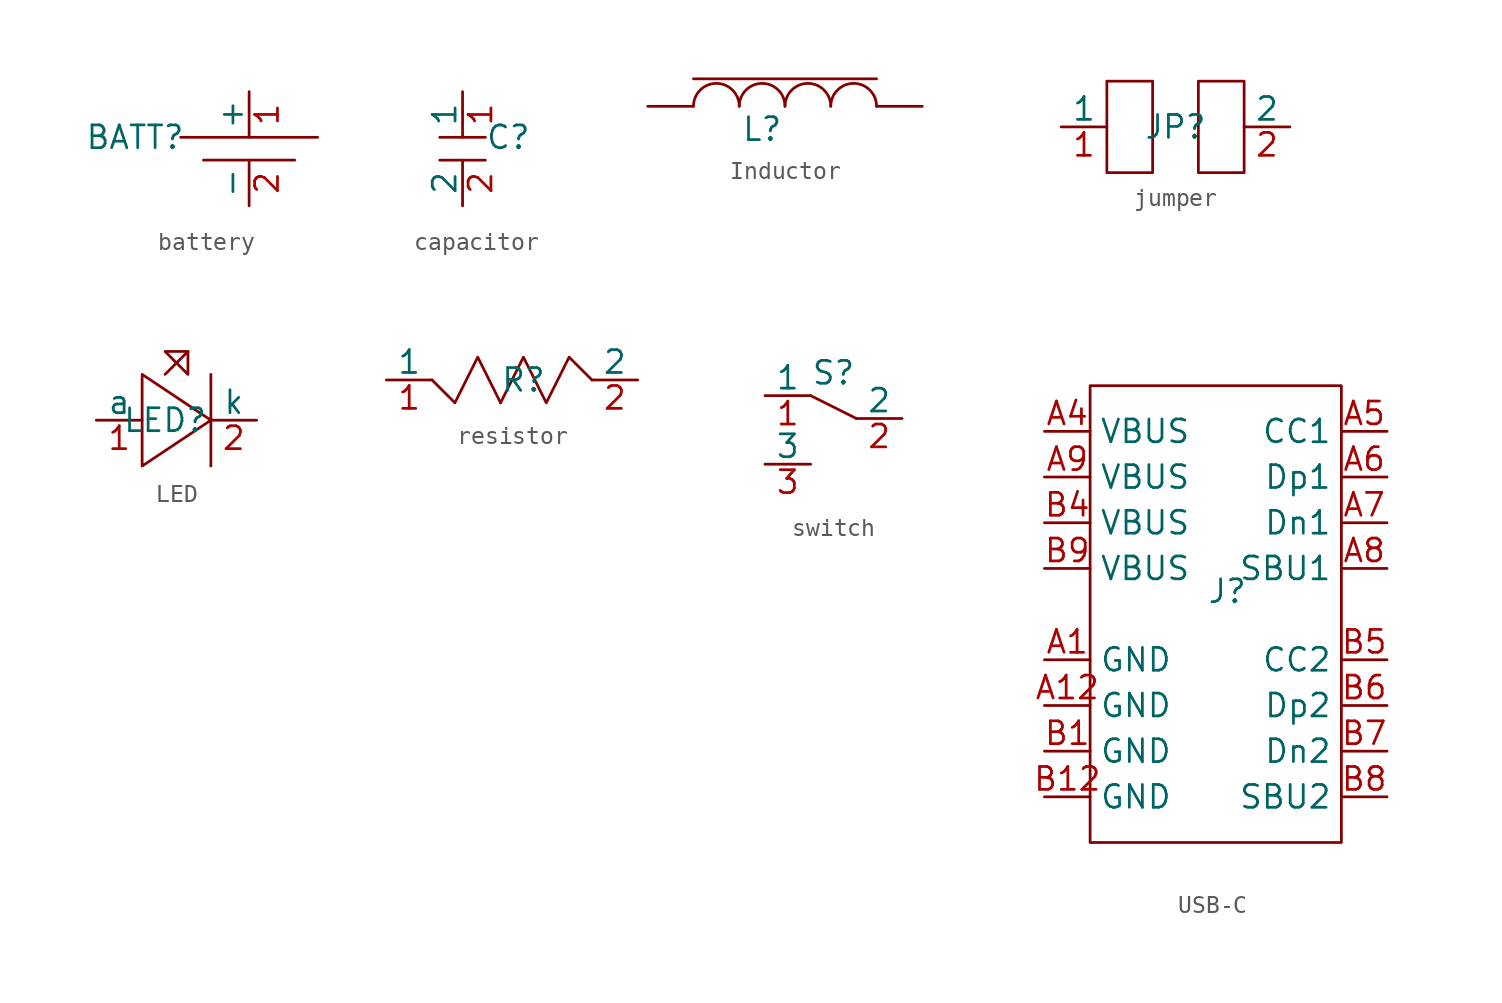
<source format=kicad_sym>
(kicad_symbol_lib
  (version 20240819)
  (generator "kicad_symbol_editor")
  (generator_version "8.99")
  (symbol "battery"
    (pin_names
      (offset 0))
    (property "Reference" "BATT"
      (at -6.35 1.27 0)
      (effects (font (size 1.27 1.27))))
    (symbol "battery_0_1"
      (polyline (pts (xy -3.81 1.27) (xy 3.81 1.27)) (stroke (width 0) (type default)) (fill (type none)))
      (polyline (pts (xy -2.54 0) (xy 2.54 0)) (stroke (width 0) (type default)) (fill (type none))))
    (symbol "battery_1_1"
      (pin power_out line (at 0 3.81 270) (length 2.54) (name "+" (effects (font (size 1.27 1.27)))) (number "1" (effects (font (size 1.27 1.27)))))
      (pin power_in line (at 0 -2.54 90) (length 2.54) (name "-" (effects (font (size 1.27 1.27)))) (number "2" (effects (font (size 1.27 1.27)))))))
  (symbol "capacitor"
    (pin_names
      (offset 0))
    (property "Reference" "C"
      (at 2.54 1.27 0)
      (effects (font (size 1.27 1.27))))
    (property "Value" ""
      (at 0 0 0)
      (effects (font (size 1.27 1.27))))
    (symbol "capacitor_0_1"
      (polyline (pts (xy -1.27 1.27) (xy 1.27 1.27)) (stroke (width 0) (type default)) (fill (type none)))
      (polyline (pts (xy -1.27 0) (xy 1.27 0)) (stroke (width 0) (type default)) (fill (type none))))
    (symbol "capacitor_1_1"
      (pin power_in line (at 0 3.81 270) (length 2.54) (name "1" (effects (font (size 1.27 1.27)))) (number "1" (effects (font (size 1.27 1.27)))))
      (pin power_out line (at 0 -2.54 90) (length 2.54) (name "2" (effects (font (size 1.27 1.27)))) (number "2" (effects (font (size 1.27 1.27)))))))
  (symbol "Inductor"
    (pin_numbers
      (hide yes))
    (pin_names
      (hide yes))
    (property "Reference" "L"
      (at -1.27 -1.27 0)
      (effects (font (size 1.27 1.27))))
    (property "Value" ""
      (at 0 0 0)
      (effects (font (size 1.27 1.27))))
    (symbol "Inductor_0_1"
      (polyline (pts (xy -5.08 1.524) (xy 5.08 1.524)) (stroke (width 0) (type default)) (fill (type none)))
      (arc (start -5.08 0) (mid -3.81 1.27) (end -2.54 0) (stroke (width 0) (type default)) (fill (type none)))
      (arc (start -2.54 0) (mid -1.27 1.27) (end 0 0) (stroke (width 0) (type default)) (fill (type none)))
      (arc (start 0 0) (mid 1.27 1.27) (end 2.54 0) (stroke (width 0) (type default)) (fill (type none)))
      (arc (start 2.54 0) (mid 3.81 1.27) (end 5.08 0) (stroke (width 0) (type default)) (fill (type none))))
    (symbol "Inductor_1_1"
      (pin passive line (at -7.62 0 0) (length 2.54) (name "1" (effects (font (size 1.27 1.27)))) (number "1" (effects (font (size 1.27 1.27)))))
      (pin passive line (at 7.62 0 180) (length 2.54) (name "2" (effects (font (size 1.27 1.27)))) (number "2" (effects (font (size 1.27 1.27)))))))
  (symbol "jumper"
    (pin_names
      (offset 0))
    (property "Reference" "JP"
      (at 0 0 0)
      (effects (font (size 1.27 1.27))))
    (property "Value" ""
      (at 0 0 0)
      (effects (font (size 1.27 1.27))))
    (symbol "jumper_0_1"
      (rectangle (start -3.81 2.54) (end -1.27 -2.54) (stroke (width 0) (type default)) (fill (type none)))
      (rectangle (start 1.27 2.54) (end 3.81 -2.54) (stroke (width 0) (type default)) (fill (type none))))
    (symbol "jumper_1_1"
      (pin input line (at -6.35 0 0) (length 2.54) (name "1" (effects (font (size 1.27 1.27)))) (number "1" (effects (font (size 1.27 1.27)))))
      (pin output line (at 6.35 0 180) (length 2.54) (name "2" (effects (font (size 1.27 1.27)))) (number "2" (effects (font (size 1.27 1.27)))))))
  (symbol "LED"
    (pin_names
      (offset 0))
    (property "Reference" "LED"
      (at 0 0 0)
      (effects (font (size 1.27 1.27))))
    (property "Value" ""
      (at 0 0 0)
      (effects (font (size 1.27 1.27))))
    (symbol "LED_0_1"
      (polyline (pts (xy -1.27 2.54) (xy 2.54 0) (xy -1.27 -2.54) (xy -1.27 2.54)) (stroke (width 0) (type default)) (fill (type none)))
      (polyline (pts (xy 0 2.54) (xy 1.27 3.81)) (stroke (width 0) (type default)) (fill (type none)))
      (polyline (pts (xy 1.27 3.81) (xy 1.27 2.54) (xy 0 3.81) (xy 1.27 3.81) (xy 1.27 2.54)) (stroke (width 0) (type default)) (fill (type none)))
      (polyline (pts (xy 2.54 2.54) (xy 2.54 -2.54)) (stroke (width 0) (type default)) (fill (type none))))
    (symbol "LED_1_1"
      (pin input line (at -3.81 0 0) (length 2.54) (name "a" (effects (font (size 1.27 1.27)))) (number "1" (effects (font (size 1.27 1.27)))))
      (pin output line (at 5.08 0 180) (length 2.54) (name "k" (effects (font (size 1.27 1.27)))) (number "2" (effects (font (size 1.27 1.27)))))))
  (symbol "resistor"
    (pin_names
      (offset 0))
    (property "Reference" "R"
      (at 0 0 0)
      (effects (font (size 1.27 1.27))))
    (property "Value" ""
      (at 0 0 0)
      (effects (font (size 1.27 1.27))))
    (symbol "resistor_0_1"
      (polyline (pts (xy -1.27 -1.27) (xy -2.54 1.27) (xy -3.81 -1.27) (xy -5.08 0)) (stroke (width 0) (type default)) (fill (type none)))
      (polyline (pts (xy -1.27 -1.27) (xy 0 1.27) (xy 1.27 -1.27) (xy 2.54 1.27) (xy 3.81 0)) (stroke (width 0) (type default)) (fill (type none))))
    (symbol "resistor_1_1"
      (pin input line (at -7.62 0 0) (length 2.54) (name "1" (effects (font (size 1.27 1.27)))) (number "1" (effects (font (size 1.27 1.27)))))
      (pin output line (at 6.35 0 180) (length 2.54) (name "2" (effects (font (size 1.27 1.27)))) (number "2" (effects (font (size 1.27 1.27)))))))
  (symbol "switch"
    (pin_names
      (offset 0))
    (property "Reference" "S"
      (at -1.27 2.54 0)
      (effects (font (size 1.27 1.27))))
    (property "Value" ""
      (at 0 0 0)
      (effects (font (size 1.27 1.27))))
    (symbol "switch_0_1"
      (polyline (pts (xy 0 0) (xy -2.54 1.27)) (stroke (width 0) (type default)) (fill (type none))))
    (symbol "switch_1_1"
      (pin input line (at -5.08 1.27 0) (length 2.54) (name "1" (effects (font (size 1.27 1.27)))) (number "1" (effects (font (size 1.27 1.27)))))
      (pin input line (at -5.08 -2.54 0) (length 2.54) (name "3" (effects (font (size 1.27 1.27)))) (number "3" (effects (font (size 1.27 1.27)))))
      (pin output line (at 2.54 0 180) (length 2.54) (name "2" (effects (font (size 1.27 1.27)))) (number "2" (effects (font (size 1.27 1.27)))))))
  (symbol "USB-C"
    (property "Reference" "J"
      (at 0 0 0)
      (effects (font (size 1.27 1.27))))
    (property "Value" ""
      (at 0 0 0)
      (effects (font (size 1.27 1.27))))
    (symbol "USB-C_0_1"
      (rectangle (start -7.62 11.43) (end 6.35 -13.97) (stroke (width 0) (type default)) (fill (type none))))
    (symbol "USB-C_1_0"
      (pin power_in line (at -10.16 8.89 0) (length 2.54) (name "VBUS" (effects (font (size 1.27 1.27)))) (number "A4" (effects (font (size 1.27 1.27)))))
      (pin power_in line (at -10.16 6.35 0) (length 2.54) (name "VBUS" (effects (font (size 1.27 1.27)))) (number "A9" (effects (font (size 1.27 1.27)))))
      (pin power_in line (at -10.16 3.81 0) (length 2.54) (name "VBUS" (effects (font (size 1.27 1.27)))) (number "B4" (effects (font (size 1.27 1.27)))))
      (pin power_in line (at -10.16 1.27 0) (length 2.54) (name "VBUS" (effects (font (size 1.27 1.27)))) (number "B9" (effects (font (size 1.27 1.27)))))
      (pin passive line (at 8.89 8.89 180) (length 2.54) (name "CC1" (effects (font (size 1.27 1.27)))) (number "A5" (effects (font (size 1.27 1.27)))))
      (pin passive line (at 8.89 6.35 180) (length 2.54) (name "Dp1" (effects (font (size 1.27 1.27)))) (number "A6" (effects (font (size 1.27 1.27)))))
      (pin passive line (at 8.89 3.81 180) (length 2.54) (name "Dn1" (effects (font (size 1.27 1.27)))) (number "A7" (effects (font (size 1.27 1.27)))))
      (pin passive line (at 8.89 1.27 180) (length 2.54) (name "SBU1" (effects (font (size 1.27 1.27)))) (number "A8" (effects (font (size 1.27 1.27)))))
      (pin passive line (at 8.89 -3.81 180) (length 2.54) (name "CC2" (effects (font (size 1.27 1.27)))) (number "B5" (effects (font (size 1.27 1.27)))))
      (pin passive line (at 8.89 -6.35 180) (length 2.54) (name "Dp2" (effects (font (size 1.27 1.27)))) (number "B6" (effects (font (size 1.27 1.27)))))
      (pin passive line (at 8.89 -8.89 180) (length 2.54) (name "Dn2" (effects (font (size 1.27 1.27)))) (number "B7" (effects (font (size 1.27 1.27)))))
      (pin passive line (at 8.89 -11.43 180) (length 2.54) (name "SBU2" (effects (font (size 1.27 1.27)))) (number "B8" (effects (font (size 1.27 1.27))))))
    (symbol "USB-C_1_1"
      (pin power_out line (at -10.16 -3.81 0) (length 2.54) (name "GND" (effects (font (size 1.27 1.27)))) (number "A1" (effects (font (size 1.27 1.27)))))
      (pin power_out line (at -10.16 -6.35 0) (length 2.54) (name "GND" (effects (font (size 1.27 1.27)))) (number "A12" (effects (font (size 1.27 1.27)))))
      (pin power_out line (at -10.16 -8.89 0) (length 2.54) (name "GND" (effects (font (size 1.27 1.27)))) (number "B1" (effects (font (size 1.27 1.27)))))
      (pin power_out line (at -10.16 -11.43 0) (length 2.54) (name "GND" (effects (font (size 1.27 1.27)))) (number "B12" (effects (font (size 1.27 1.27))))))))
</source>
